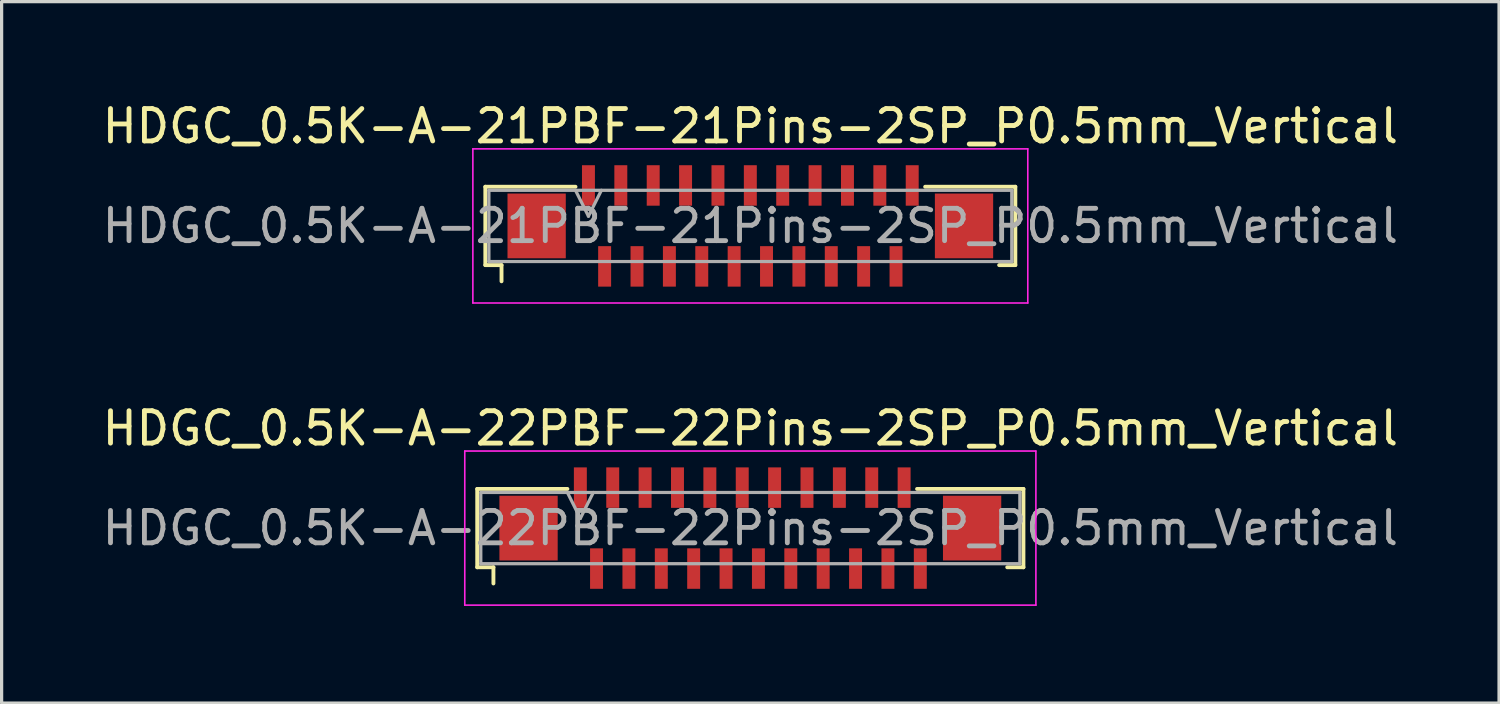
<source format=kicad_pcb>
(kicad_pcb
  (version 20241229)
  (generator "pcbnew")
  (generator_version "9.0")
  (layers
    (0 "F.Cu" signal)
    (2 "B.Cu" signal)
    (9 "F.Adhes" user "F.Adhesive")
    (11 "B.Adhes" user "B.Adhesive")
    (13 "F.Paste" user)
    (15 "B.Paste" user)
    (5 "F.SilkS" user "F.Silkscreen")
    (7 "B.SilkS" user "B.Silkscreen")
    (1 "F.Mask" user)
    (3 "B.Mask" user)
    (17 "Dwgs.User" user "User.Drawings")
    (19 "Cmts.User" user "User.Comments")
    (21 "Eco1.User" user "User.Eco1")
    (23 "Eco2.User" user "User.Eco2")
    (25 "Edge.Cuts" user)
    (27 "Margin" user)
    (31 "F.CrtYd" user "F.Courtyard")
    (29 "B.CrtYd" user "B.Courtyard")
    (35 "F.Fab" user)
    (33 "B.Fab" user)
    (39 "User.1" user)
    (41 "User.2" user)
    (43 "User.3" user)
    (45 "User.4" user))
  (footprint "HDGC_0.5K-A-22PBF-22Pins-2SP_P0.5mm_Vertical"
    (layer "F.Cu")
    (at 20.125 13.261)
    (property "Reference" "HDGC_0.5K-A-22PBF-22Pins-2SP_P0.5mm_Vertical" (at 0 -3.08 0) (layer "F.SilkS") (effects (font (size 1 1) (thickness 0.15))))
    (attr smd)
    (fp_line (start -8.435 -1.21) (end -5.65 -1.21) (stroke (width 0.12) (type solid)) (layer "F.SilkS"))
    (fp_line (start -8.435 1.21) (end -8.435 -1.21) (stroke (width 0.12) (type solid)) (layer "F.SilkS"))
    (fp_line (start -7.935 1.21) (end -8.435 1.21) (stroke (width 0.12) (type solid)) (layer "F.SilkS"))
    (fp_line (start -7.935 1.71) (end -7.935 1.21) (stroke (width 0.12) (type solid)) (layer "F.SilkS"))
    (fp_line (start 7.935 1.21) (end 8.435 1.21) (stroke (width 0.12) (type solid)) (layer "F.SilkS"))
    (fp_line (start 8.435 -1.21) (end 5.15 -1.21) (stroke (width 0.12) (type solid)) (layer "F.SilkS"))
    (fp_line (start 8.435 1.21) (end 8.435 -1.21) (stroke (width 0.12) (type solid)) (layer "F.SilkS"))
    (fp_line (start -8.82 -2.38) (end 8.82 -2.38) (stroke (width 0.05) (type solid)) (layer "F.CrtYd"))
    (fp_line (start -8.82 2.38) (end -8.82 -2.38) (stroke (width 0.05) (type solid)) (layer "F.CrtYd"))
    (fp_line (start 8.82 -2.38) (end 8.82 2.38) (stroke (width 0.05) (type solid)) (layer "F.CrtYd"))
    (fp_line (start 8.82 2.38) (end -8.82 2.38) (stroke (width 0.05) (type solid)) (layer "F.CrtYd"))
    (fp_line (start -8.325 -1.1) (end -8.325 1.1) (stroke (width 0.1) (type solid)) (layer "F.Fab"))
    (fp_line (start -8.325 1.1) (end 8.325 1.1) (stroke (width 0.1) (type solid)) (layer "F.Fab"))
    (fp_line (start -5.65 -1.1) (end -5.25 -0.3) (stroke (width 0.1) (type solid)) (layer "F.Fab"))
    (fp_line (start -5.25 -0.3) (end -4.85 -1.1) (stroke (width 0.1) (type solid)) (layer "F.Fab"))
    (fp_line (start 8.325 -1.1) (end -8.325 -1.1) (stroke (width 0.1) (type solid)) (layer "F.Fab"))
    (fp_line (start 8.325 1.1) (end 8.325 -1.1) (stroke (width 0.1) (type solid)) (layer "F.Fab"))
    (fp_text user "${REFERENCE}" (at 0 0 0) (layer "F.Fab") (effects (font (size 1 1) (thickness 0.15))))
    (pad "1" smd rect (at -5.25 -1.25) (size 0.4 1.25) (layers "F.Cu" "F.Mask" "F.Paste"))
    (pad "2" smd rect (at -4.75 1.25) (size 0.4 1.25) (layers "F.Cu" "F.Mask" "F.Paste"))
    (pad "3" smd rect (at -4.25 -1.25) (size 0.4 1.25) (layers "F.Cu" "F.Mask" "F.Paste"))
    (pad "4" smd rect (at -3.75 1.25) (size 0.4 1.25) (layers "F.Cu" "F.Mask" "F.Paste"))
    (pad "5" smd rect (at -3.25 -1.25) (size 0.4 1.25) (layers "F.Cu" "F.Mask" "F.Paste"))
    (pad "6" smd rect (at -2.75 1.25) (size 0.4 1.25) (layers "F.Cu" "F.Mask" "F.Paste"))
    (pad "7" smd rect (at -2.25 -1.25) (size 0.4 1.25) (layers "F.Cu" "F.Mask" "F.Paste"))
    (pad "8" smd rect (at -1.75 1.25) (size 0.4 1.25) (layers "F.Cu" "F.Mask" "F.Paste"))
    (pad "9" smd rect (at -1.25 -1.25) (size 0.4 1.25) (layers "F.Cu" "F.Mask" "F.Paste"))
    (pad "10" smd rect (at -0.75 1.25) (size 0.4 1.25) (layers "F.Cu" "F.Mask" "F.Paste"))
    (pad "11" smd rect (at -0.25 -1.25) (size 0.4 1.25) (layers "F.Cu" "F.Mask" "F.Paste"))
    (pad "12" smd rect (at 0.25 1.25) (size 0.4 1.25) (layers "F.Cu" "F.Mask" "F.Paste"))
    (pad "13" smd rect (at 0.75 -1.25) (size 0.4 1.25) (layers "F.Cu" "F.Mask" "F.Paste"))
    (pad "14" smd rect (at 1.25 1.25) (size 0.4 1.25) (layers "F.Cu" "F.Mask" "F.Paste"))
    (pad "15" smd rect (at 1.75 -1.25) (size 0.4 1.25) (layers "F.Cu" "F.Mask" "F.Paste"))
    (pad "16" smd rect (at 2.25 1.25) (size 0.4 1.25) (layers "F.Cu" "F.Mask" "F.Paste"))
    (pad "17" smd rect (at 2.75 -1.25) (size 0.4 1.25) (layers "F.Cu" "F.Mask" "F.Paste"))
    (pad "18" smd rect (at 3.25 1.25) (size 0.4 1.25) (layers "F.Cu" "F.Mask" "F.Paste"))
    (pad "19" smd rect (at 3.75 -1.25) (size 0.4 1.25) (layers "F.Cu" "F.Mask" "F.Paste"))
    (pad "20" smd rect (at 4.25 1.25) (size 0.4 1.25) (layers "F.Cu" "F.Mask" "F.Paste"))
    (pad "21" smd rect (at 4.75 -1.25) (size 0.4 1.25) (layers "F.Cu" "F.Mask" "F.Paste"))
    (pad "22" smd rect (at 5.25 1.25) (size 0.4 1.25) (layers "F.Cu" "F.Mask" "F.Paste"))
    (pad "MP" smd rect (at -6.85 0) (size 1.8 2) (layers "F.Cu" "F.Mask" "F.Paste"))
    (pad "MP" smd rect (at 6.85 0) (size 1.8 2) (layers "F.Cu" "F.Mask" "F.Paste")))
  (footprint "HDGC_0.5K-A-21PBF-21Pins-2SP_P0.5mm_Vertical"
    (layer "F.Cu")
    (at 20.125 3.928)
    (property "Reference" "HDGC_0.5K-A-21PBF-21Pins-2SP_P0.5mm_Vertical" (at 0 -3.08 0) (layer "F.SilkS") (effects (font (size 1 1) (thickness 0.15))))
    (attr smd)
    (fp_line (start -8.185 -1.21) (end -5.4 -1.21) (stroke (width 0.12) (type solid)) (layer "F.SilkS"))
    (fp_line (start -8.185 1.21) (end -8.185 -1.21) (stroke (width 0.12) (type solid)) (layer "F.SilkS"))
    (fp_line (start -7.685 1.21) (end -8.185 1.21) (stroke (width 0.12) (type solid)) (layer "F.SilkS"))
    (fp_line (start -7.685 1.71) (end -7.685 1.21) (stroke (width 0.12) (type solid)) (layer "F.SilkS"))
    (fp_line (start 7.685 1.21) (end 8.185 1.21) (stroke (width 0.12) (type solid)) (layer "F.SilkS"))
    (fp_line (start 8.185 -1.21) (end 5.4 -1.21) (stroke (width 0.12) (type solid)) (layer "F.SilkS"))
    (fp_line (start 8.185 1.21) (end 8.185 -1.21) (stroke (width 0.12) (type solid)) (layer "F.SilkS"))
    (fp_line (start -8.57 -2.38) (end 8.57 -2.38) (stroke (width 0.05) (type solid)) (layer "F.CrtYd"))
    (fp_line (start -8.57 2.38) (end -8.57 -2.38) (stroke (width 0.05) (type solid)) (layer "F.CrtYd"))
    (fp_line (start 8.57 -2.38) (end 8.57 2.38) (stroke (width 0.05) (type solid)) (layer "F.CrtYd"))
    (fp_line (start 8.57 2.38) (end -8.57 2.38) (stroke (width 0.05) (type solid)) (layer "F.CrtYd"))
    (fp_line (start -8.075 -1.1) (end -8.075 1.1) (stroke (width 0.1) (type solid)) (layer "F.Fab"))
    (fp_line (start -8.075 1.1) (end 8.075 1.1) (stroke (width 0.1) (type solid)) (layer "F.Fab"))
    (fp_line (start -5.4 -1.1) (end -5 -0.3) (stroke (width 0.1) (type solid)) (layer "F.Fab"))
    (fp_line (start -5 -0.3) (end -4.6 -1.1) (stroke (width 0.1) (type solid)) (layer "F.Fab"))
    (fp_line (start 8.075 -1.1) (end -8.075 -1.1) (stroke (width 0.1) (type solid)) (layer "F.Fab"))
    (fp_line (start 8.075 1.1) (end 8.075 -1.1) (stroke (width 0.1) (type solid)) (layer "F.Fab"))
    (fp_text user "${REFERENCE}" (at 0 0 0) (layer "F.Fab") (effects (font (size 1 1) (thickness 0.15))))
    (pad "1" smd rect (at -5 -1.25) (size 0.4 1.25) (layers "F.Cu" "F.Mask" "F.Paste"))
    (pad "2" smd rect (at -4.5 1.25) (size 0.4 1.25) (layers "F.Cu" "F.Mask" "F.Paste"))
    (pad "3" smd rect (at -4 -1.25) (size 0.4 1.25) (layers "F.Cu" "F.Mask" "F.Paste"))
    (pad "4" smd rect (at -3.5 1.25) (size 0.4 1.25) (layers "F.Cu" "F.Mask" "F.Paste"))
    (pad "5" smd rect (at -3 -1.25) (size 0.4 1.25) (layers "F.Cu" "F.Mask" "F.Paste"))
    (pad "6" smd rect (at -2.5 1.25) (size 0.4 1.25) (layers "F.Cu" "F.Mask" "F.Paste"))
    (pad "7" smd rect (at -2 -1.25) (size 0.4 1.25) (layers "F.Cu" "F.Mask" "F.Paste"))
    (pad "8" smd rect (at -1.5 1.25) (size 0.4 1.25) (layers "F.Cu" "F.Mask" "F.Paste"))
    (pad "9" smd rect (at -1 -1.25) (size 0.4 1.25) (layers "F.Cu" "F.Mask" "F.Paste"))
    (pad "10" smd rect (at -0.5 1.25) (size 0.4 1.25) (layers "F.Cu" "F.Mask" "F.Paste"))
    (pad "11" smd rect (at 0 -1.25) (size 0.4 1.25) (layers "F.Cu" "F.Mask" "F.Paste"))
    (pad "12" smd rect (at 0.5 1.25) (size 0.4 1.25) (layers "F.Cu" "F.Mask" "F.Paste"))
    (pad "13" smd rect (at 1 -1.25) (size 0.4 1.25) (layers "F.Cu" "F.Mask" "F.Paste"))
    (pad "14" smd rect (at 1.5 1.25) (size 0.4 1.25) (layers "F.Cu" "F.Mask" "F.Paste"))
    (pad "15" smd rect (at 2 -1.25) (size 0.4 1.25) (layers "F.Cu" "F.Mask" "F.Paste"))
    (pad "16" smd rect (at 2.5 1.25) (size 0.4 1.25) (layers "F.Cu" "F.Mask" "F.Paste"))
    (pad "17" smd rect (at 3 -1.25) (size 0.4 1.25) (layers "F.Cu" "F.Mask" "F.Paste"))
    (pad "18" smd rect (at 3.5 1.25) (size 0.4 1.25) (layers "F.Cu" "F.Mask" "F.Paste"))
    (pad "19" smd rect (at 4 -1.25) (size 0.4 1.25) (layers "F.Cu" "F.Mask" "F.Paste"))
    (pad "20" smd rect (at 4.5 1.25) (size 0.4 1.25) (layers "F.Cu" "F.Mask" "F.Paste"))
    (pad "21" smd rect (at 5 -1.25) (size 0.4 1.25) (layers "F.Cu" "F.Mask" "F.Paste"))
    (pad "MP" smd rect (at -6.6 0) (size 1.8 2) (layers "F.Cu" "F.Mask" "F.Paste"))
    (pad "MP" smd rect (at 6.6 0) (size 1.8 2) (layers "F.Cu" "F.Mask" "F.Paste")))
  (gr_rect
    (start -3 -3)
    (end 43.25 18.666)
    (stroke (width 0.1) (type default))
    (fill no)
    (layer "Edge.Cuts")))
</source>
